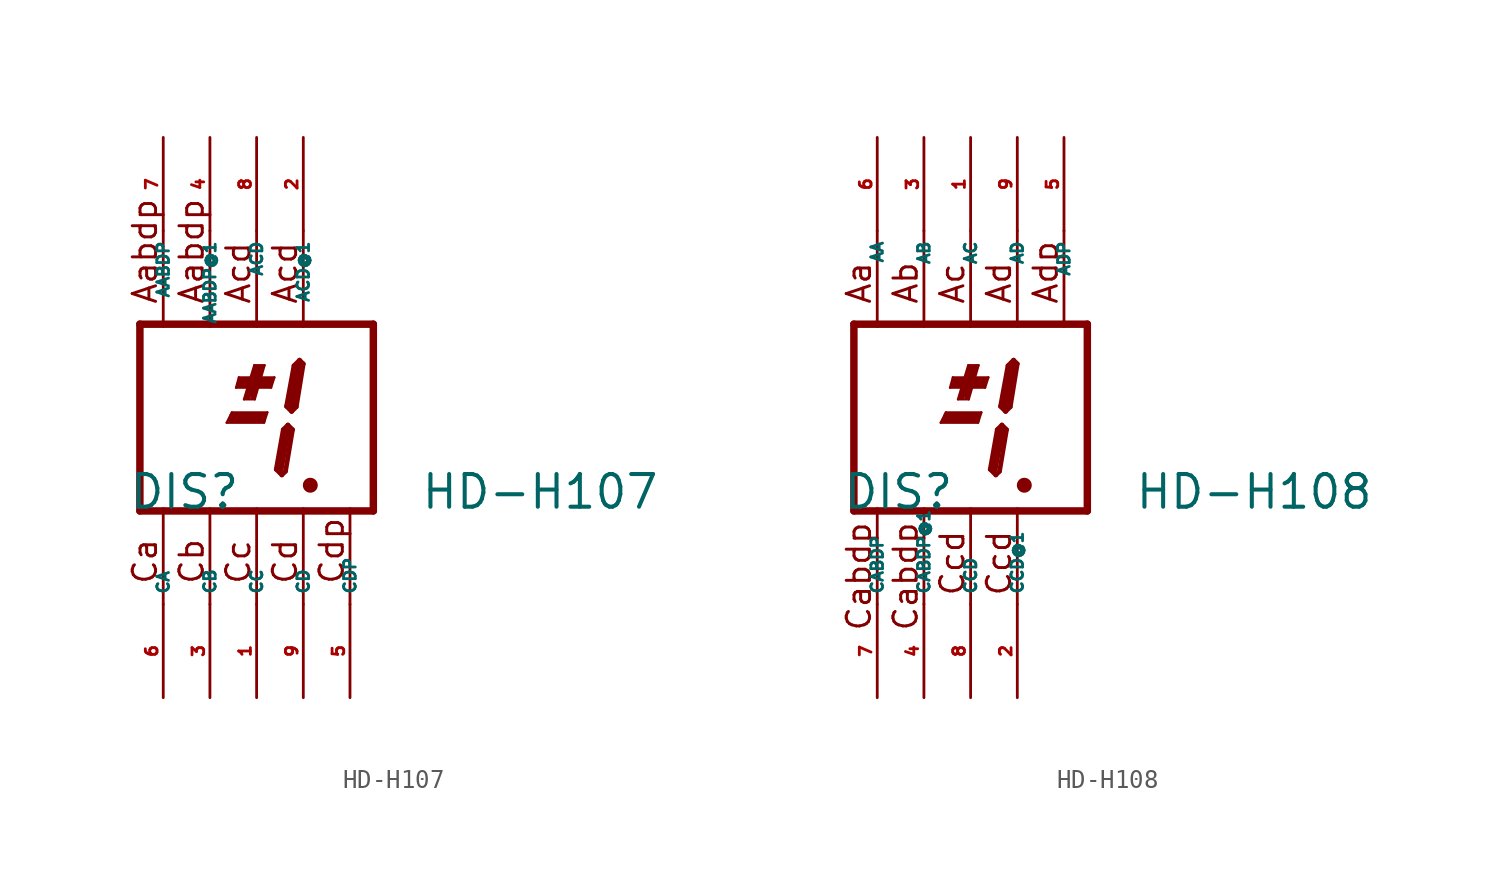
<source format=kicad_sym>
(kicad_symbol_lib
  (version 20220914)
  (generator Eagle2Kicad)
  (symbol "HD-H107"
    (property "Reference" "DIS"
      (at -6.985 -5.08 0)
      (effects (font (size 1.778 1.778) (thickness 0.22)) (justify left bottom)))
    (property "Value" "HD-H107"
      (at 8.89 -5.08 0)
      (effects (font (size 1.778 1.778) (thickness 0.22)) (justify left bottom)))
    (polyline
      (pts (xy 0.584 0.279) (xy 0.406 -0.279))
      (stroke (width 0.127) (type default))
      (fill (type none)))
    (polyline
      (pts (xy 0.584 0.279) (xy -1.346 0.279))
      (stroke (width 0.127) (type default))
      (fill (type none)))
    (polyline
      (pts (xy -1.346 0.279) (xy -1.626 -0.279))
      (stroke (width 0.127) (type default))
      (fill (type none)))
    (polyline
      (pts (xy -1.626 -0.279) (xy 0.406 -0.279))
      (stroke (width 0.127) (type default))
      (fill (type none)))
    (polyline
      (pts (xy 0.965 2.184) (xy 0.787 1.626))
      (stroke (width 0.127) (type default))
      (fill (type none)))
    (polyline
      (pts (xy 0.965 2.184) (xy -0.965 2.184))
      (stroke (width 0.127) (type default))
      (fill (type none)))
    (polyline
      (pts (xy -0.965 2.184) (xy -1.118 1.626))
      (stroke (width 0.127) (type default))
      (fill (type none)))
    (polyline
      (pts (xy -1.118 1.626) (xy 0.787 1.626))
      (stroke (width 0.127) (type default))
      (fill (type none)))
    (polyline
      (pts (xy -0.102 0.991) (xy -0.686 0.991))
      (stroke (width 0.127) (type default))
      (fill (type none)))
    (polyline
      (pts (xy -0.102 0.991) (xy 0.432 2.845))
      (stroke (width 0.127) (type default))
      (fill (type none)))
    (polyline
      (pts (xy 0.432 2.845) (xy -0.127 2.845))
      (stroke (width 0.127) (type default))
      (fill (type none)))
    (polyline
      (pts (xy -0.127 2.845) (xy -0.686 0.991))
      (stroke (width 0.127) (type default))
      (fill (type none)))
    (polyline
      (pts (xy -1.321 0.127) (xy 0.406 0.127))
      (stroke (width 0.305) (type default))
      (fill (type none)))
    (polyline
      (pts (xy -0.889 2.032) (xy 0.787 2.032))
      (stroke (width 0.305) (type default))
      (fill (type none)))
    (polyline
      (pts (xy -0.203 1.143) (xy 0.254 2.718))
      (stroke (width 0.305) (type default))
      (fill (type none)))
    (polyline
      (pts (xy 2.794 -3.683) (xy 3.048 -3.683))
      (stroke (width 0.305) (type default))
      (fill (type none)))
    (polyline
      (pts (xy 2.337 3.124) (xy 2.032 2.819))
      (stroke (width 0.254) (type default))
      (fill (type none)))
    (polyline
      (pts (xy 2.032 2.819) (xy 1.626 0.61))
      (stroke (width 0.254) (type default))
      (fill (type none)))
    (polyline
      (pts (xy 1.626 0.61) (xy 1.905 0.33))
      (stroke (width 0.254) (type default))
      (fill (type none)))
    (polyline
      (pts (xy 1.905 0.33) (xy 2.159 0.584))
      (stroke (width 0.254) (type default))
      (fill (type none)))
    (polyline
      (pts (xy 2.159 0.584) (xy 2.54 2.921))
      (stroke (width 0.254) (type default))
      (fill (type none)))
    (polyline
      (pts (xy 2.54 2.921) (xy 2.337 3.124))
      (stroke (width 0.254) (type default))
      (fill (type none)))
    (polyline
      (pts (xy 1.702 -0.406) (xy 1.448 -0.66))
      (stroke (width 0.254) (type default))
      (fill (type none)))
    (polyline
      (pts (xy 1.448 -0.66) (xy 1.067 -2.819))
      (stroke (width 0.254) (type default))
      (fill (type none)))
    (polyline
      (pts (xy 1.067 -2.819) (xy 1.372 -3.124))
      (stroke (width 0.254) (type default))
      (fill (type none)))
    (polyline
      (pts (xy 1.372 -3.124) (xy 1.575 -2.921))
      (stroke (width 0.254) (type default))
      (fill (type none)))
    (polyline
      (pts (xy 1.575 -2.921) (xy 1.956 -0.66))
      (stroke (width 0.254) (type default))
      (fill (type none)))
    (polyline
      (pts (xy 1.956 -0.66) (xy 1.702 -0.406))
      (stroke (width 0.254) (type default))
      (fill (type none)))
    (polyline
      (pts (xy 2.286 2.794) (xy 1.905 0.635))
      (stroke (width 0.406) (type default))
      (fill (type none)))
    (polyline
      (pts (xy 1.651 -0.762) (xy 1.27 -2.794))
      (stroke (width 0.406) (type default))
      (fill (type none)))
    (polyline
      (pts (xy -6.35 5.08) (xy 6.35 5.08))
      (stroke (width 0.406) (type default))
      (fill (type none)))
    (polyline
      (pts (xy 6.35 -5.08) (xy 6.35 5.08))
      (stroke (width 0.406) (type default))
      (fill (type none)))
    (polyline
      (pts (xy 6.35 -5.08) (xy -6.35 -5.08))
      (stroke (width 0.406) (type default))
      (fill (type none)))
    (polyline
      (pts (xy -6.35 5.08) (xy -6.35 -5.08))
      (stroke (width 0.406) (type default))
      (fill (type none)))
    (polyline
      (pts (xy 5.08 -4.953) (xy 5.08 -10.16))
      (stroke (width 0.152) (type default))
      (fill (type none)))
    (polyline
      (pts (xy 2.54 -4.953) (xy 2.54 -10.16))
      (stroke (width 0.152) (type default))
      (fill (type none)))
    (polyline
      (pts (xy -2.54 -4.953) (xy -2.54 -10.16))
      (stroke (width 0.152) (type default))
      (fill (type none)))
    (polyline
      (pts (xy -5.08 -4.953) (xy -5.08 -10.16))
      (stroke (width 0.152) (type default))
      (fill (type none)))
    (polyline
      (pts (xy 0 -4.953) (xy 0 -10.16))
      (stroke (width 0.152) (type default))
      (fill (type none)))
    (polyline
      (pts (xy -0.965 1.778) (xy 0.711 1.778))
      (stroke (width 0.305) (type default))
      (fill (type none)))
    (polyline
      (pts (xy -0.483 1.118) (xy 0 2.718))
      (stroke (width 0.305) (type default))
      (fill (type none)))
    (polyline
      (pts (xy -1.422 -0.127) (xy 0.356 -0.127))
      (stroke (width 0.305) (type default))
      (fill (type none)))
    (polyline
      (pts (xy 2.54 10.16) (xy 2.54 4.953))
      (stroke (width 0.152) (type default))
      (fill (type none)))
    (polyline
      (pts (xy 0 10.16) (xy 0 4.953))
      (stroke (width 0.152) (type default))
      (fill (type none)))
    (polyline
      (pts (xy -2.54 10.16) (xy -2.54 4.953))
      (stroke (width 0.152) (type default))
      (fill (type none)))
    (polyline
      (pts (xy -5.08 10.16) (xy -5.08 4.953))
      (stroke (width 0.152) (type default))
      (fill (type none)))
    (text "Ca"
      (at -5.334 -9.144 900)
      (effects (font (size 1.27 1.27) (thickness 0.16)) (justify left bottom)))
    (text "Cb"
      (at -2.794 -9.144 900)
      (effects (font (size 1.27 1.27) (thickness 0.16)) (justify left bottom)))
    (text "Cc"
      (at -0.254 -9.144 900)
      (effects (font (size 1.27 1.27) (thickness 0.16)) (justify left bottom)))
    (text "Cd"
      (at 2.286 -9.144 900)
      (effects (font (size 1.27 1.27) (thickness 0.16)) (justify left bottom)))
    (text "Cdp"
      (at 4.826 -9.144 900)
      (effects (font (size 1.27 1.27) (thickness 0.16)) (justify left bottom)))
    (text "Aabdp"
      (at -5.334 6.096 900)
      (effects (font (size 1.27 1.27) (thickness 0.16)) (justify left bottom)))
    (text "Acd"
      (at -0.254 6.096 900)
      (effects (font (size 1.27 1.27) (thickness 0.16)) (justify left bottom)))
    (text "Aabdp"
      (at -2.794 6.096 900)
      (effects (font (size 1.27 1.27) (thickness 0.16)) (justify left bottom)))
    (text "Acd"
      (at 2.286 6.096 900)
      (effects (font (size 1.27 1.27) (thickness 0.16)) (justify left bottom)))
    (circle
      (center 2.921 -3.683)
      (radius 0.254)
      (stroke (width 0.305) (type default))
      (fill (type none)))
    (pin passive line
      (at 2.54 -15.24 90)
      (length 5.08)
      (name "CD" (effects (font (size 0.635 0.635) (thickness 0.08)) (justify left bottom)))
      (number "9" (effects (font (size 0.635 0.635) (thickness 0.08)) (justify left bottom))))
    (pin passive line
      (at -2.54 -15.24 90)
      (length 5.08)
      (name "CB" (effects (font (size 0.635 0.635) (thickness 0.08)) (justify left bottom)))
      (number "3" (effects (font (size 0.635 0.635) (thickness 0.08)) (justify left bottom))))
    (pin passive line
      (at -5.08 -15.24 90)
      (length 5.08)
      (name "CA" (effects (font (size 0.635 0.635) (thickness 0.08)) (justify left bottom)))
      (number "6" (effects (font (size 0.635 0.635) (thickness 0.08)) (justify left bottom))))
    (pin passive line
      (at 0 -15.24 90)
      (length 5.08)
      (name "CC" (effects (font (size 0.635 0.635) (thickness 0.08)) (justify left bottom)))
      (number "1" (effects (font (size 0.635 0.635) (thickness 0.08)) (justify left bottom))))
    (pin passive line
      (at 5.08 -15.24 90)
      (length 5.08)
      (name "CDP" (effects (font (size 0.635 0.635) (thickness 0.08)) (justify left bottom)))
      (number "5" (effects (font (size 0.635 0.635) (thickness 0.08)) (justify left bottom))))
    (pin passive line
      (at 2.54 15.24 270)
      (length 5.08)
      (name "ACD@1" (effects (font (size 0.635 0.635) (thickness 0.08)) (justify left bottom)))
      (number "2" (effects (font (size 0.635 0.635) (thickness 0.08)) (justify left bottom))))
    (pin passive line
      (at 0 15.24 270)
      (length 5.08)
      (name "ACD" (effects (font (size 0.635 0.635) (thickness 0.08)) (justify left bottom)))
      (number "8" (effects (font (size 0.635 0.635) (thickness 0.08)) (justify left bottom))))
    (pin passive line
      (at -2.54 15.24 270)
      (length 5.08)
      (name "AABDP@1" (effects (font (size 0.635 0.635) (thickness 0.08)) (justify left bottom)))
      (number "4" (effects (font (size 0.635 0.635) (thickness 0.08)) (justify left bottom))))
    (pin passive line
      (at -5.08 15.24 270)
      (length 5.08)
      (name "AABDP" (effects (font (size 0.635 0.635) (thickness 0.08)) (justify left bottom)))
      (number "7" (effects (font (size 0.635 0.635) (thickness 0.08)) (justify left bottom)))))
  (symbol "HD-H108"
    (property "Reference" "DIS"
      (at -6.985 -5.08 0)
      (effects (font (size 1.778 1.778) (thickness 0.22)) (justify left bottom)))
    (property "Value" "HD-H108"
      (at 8.89 -5.08 0)
      (effects (font (size 1.778 1.778) (thickness 0.22)) (justify left bottom)))
    (polyline
      (pts (xy 0.584 0.279) (xy 0.406 -0.279))
      (stroke (width 0.127) (type default))
      (fill (type none)))
    (polyline
      (pts (xy 0.584 0.279) (xy -1.346 0.279))
      (stroke (width 0.127) (type default))
      (fill (type none)))
    (polyline
      (pts (xy -1.346 0.279) (xy -1.626 -0.279))
      (stroke (width 0.127) (type default))
      (fill (type none)))
    (polyline
      (pts (xy -1.626 -0.279) (xy 0.406 -0.279))
      (stroke (width 0.127) (type default))
      (fill (type none)))
    (polyline
      (pts (xy 0.965 2.184) (xy 0.787 1.626))
      (stroke (width 0.127) (type default))
      (fill (type none)))
    (polyline
      (pts (xy 0.965 2.184) (xy -0.965 2.184))
      (stroke (width 0.127) (type default))
      (fill (type none)))
    (polyline
      (pts (xy -0.965 2.184) (xy -1.118 1.626))
      (stroke (width 0.127) (type default))
      (fill (type none)))
    (polyline
      (pts (xy -1.118 1.626) (xy 0.787 1.626))
      (stroke (width 0.127) (type default))
      (fill (type none)))
    (polyline
      (pts (xy -0.102 0.991) (xy -0.686 0.991))
      (stroke (width 0.127) (type default))
      (fill (type none)))
    (polyline
      (pts (xy -0.102 0.991) (xy 0.432 2.845))
      (stroke (width 0.127) (type default))
      (fill (type none)))
    (polyline
      (pts (xy 0.432 2.845) (xy -0.127 2.845))
      (stroke (width 0.127) (type default))
      (fill (type none)))
    (polyline
      (pts (xy -0.127 2.845) (xy -0.686 0.991))
      (stroke (width 0.127) (type default))
      (fill (type none)))
    (polyline
      (pts (xy -1.321 0.127) (xy 0.406 0.127))
      (stroke (width 0.305) (type default))
      (fill (type none)))
    (polyline
      (pts (xy -0.889 2.032) (xy 0.787 2.032))
      (stroke (width 0.305) (type default))
      (fill (type none)))
    (polyline
      (pts (xy -0.203 1.143) (xy 0.254 2.718))
      (stroke (width 0.305) (type default))
      (fill (type none)))
    (polyline
      (pts (xy 2.794 -3.683) (xy 3.048 -3.683))
      (stroke (width 0.305) (type default))
      (fill (type none)))
    (polyline
      (pts (xy 2.337 3.124) (xy 2.032 2.819))
      (stroke (width 0.254) (type default))
      (fill (type none)))
    (polyline
      (pts (xy 2.032 2.819) (xy 1.626 0.61))
      (stroke (width 0.254) (type default))
      (fill (type none)))
    (polyline
      (pts (xy 1.626 0.61) (xy 1.905 0.33))
      (stroke (width 0.254) (type default))
      (fill (type none)))
    (polyline
      (pts (xy 1.905 0.33) (xy 2.159 0.584))
      (stroke (width 0.254) (type default))
      (fill (type none)))
    (polyline
      (pts (xy 2.159 0.584) (xy 2.54 2.921))
      (stroke (width 0.254) (type default))
      (fill (type none)))
    (polyline
      (pts (xy 2.54 2.921) (xy 2.337 3.124))
      (stroke (width 0.254) (type default))
      (fill (type none)))
    (polyline
      (pts (xy 1.702 -0.406) (xy 1.448 -0.66))
      (stroke (width 0.254) (type default))
      (fill (type none)))
    (polyline
      (pts (xy 1.448 -0.66) (xy 1.067 -2.819))
      (stroke (width 0.254) (type default))
      (fill (type none)))
    (polyline
      (pts (xy 1.067 -2.819) (xy 1.372 -3.124))
      (stroke (width 0.254) (type default))
      (fill (type none)))
    (polyline
      (pts (xy 1.372 -3.124) (xy 1.575 -2.921))
      (stroke (width 0.254) (type default))
      (fill (type none)))
    (polyline
      (pts (xy 1.575 -2.921) (xy 1.956 -0.66))
      (stroke (width 0.254) (type default))
      (fill (type none)))
    (polyline
      (pts (xy 1.956 -0.66) (xy 1.702 -0.406))
      (stroke (width 0.254) (type default))
      (fill (type none)))
    (polyline
      (pts (xy 2.286 2.794) (xy 1.905 0.635))
      (stroke (width 0.406) (type default))
      (fill (type none)))
    (polyline
      (pts (xy 1.651 -0.762) (xy 1.27 -2.794))
      (stroke (width 0.406) (type default))
      (fill (type none)))
    (polyline
      (pts (xy -6.35 5.08) (xy 6.35 5.08))
      (stroke (width 0.406) (type default))
      (fill (type none)))
    (polyline
      (pts (xy 6.35 -5.08) (xy 6.35 5.08))
      (stroke (width 0.406) (type default))
      (fill (type none)))
    (polyline
      (pts (xy 6.35 -5.08) (xy -6.35 -5.08))
      (stroke (width 0.406) (type default))
      (fill (type none)))
    (polyline
      (pts (xy -6.35 5.08) (xy -6.35 -5.08))
      (stroke (width 0.406) (type default))
      (fill (type none)))
    (polyline
      (pts (xy -2.54 -4.953) (xy -2.54 -10.16))
      (stroke (width 0.152) (type default))
      (fill (type none)))
    (polyline
      (pts (xy -5.08 -4.953) (xy -5.08 -10.16))
      (stroke (width 0.152) (type default))
      (fill (type none)))
    (polyline
      (pts (xy -2.54 10.16) (xy -2.54 4.953))
      (stroke (width 0.152) (type default))
      (fill (type none)))
    (polyline
      (pts (xy -5.08 10.16) (xy -5.08 4.953))
      (stroke (width 0.152) (type default))
      (fill (type none)))
    (polyline
      (pts (xy -0.965 1.778) (xy 0.711 1.778))
      (stroke (width 0.305) (type default))
      (fill (type none)))
    (polyline
      (pts (xy -0.483 1.118) (xy 0 2.718))
      (stroke (width 0.305) (type default))
      (fill (type none)))
    (polyline
      (pts (xy -1.422 -0.127) (xy 0.356 -0.127))
      (stroke (width 0.305) (type default))
      (fill (type none)))
    (polyline
      (pts (xy 0 10.16) (xy 0 4.953))
      (stroke (width 0.152) (type default))
      (fill (type none)))
    (polyline
      (pts (xy 2.54 10.16) (xy 2.54 4.953))
      (stroke (width 0.152) (type default))
      (fill (type none)))
    (polyline
      (pts (xy 0 -4.953) (xy 0 -10.16))
      (stroke (width 0.152) (type default))
      (fill (type none)))
    (polyline
      (pts (xy 2.54 -4.953) (xy 2.54 -10.16))
      (stroke (width 0.152) (type default))
      (fill (type none)))
    (polyline
      (pts (xy 5.08 10.16) (xy 5.08 4.953))
      (stroke (width 0.152) (type default))
      (fill (type none)))
    (text "Aa"
      (at -5.334 6.096 900)
      (effects (font (size 1.27 1.27) (thickness 0.16)) (justify left bottom)))
    (text "Ab"
      (at -2.794 6.096 900)
      (effects (font (size 1.27 1.27) (thickness 0.16)) (justify left bottom)))
    (text "Ac"
      (at -0.254 6.096 900)
      (effects (font (size 1.27 1.27) (thickness 0.16)) (justify left bottom)))
    (text "Ad"
      (at 2.286 6.096 900)
      (effects (font (size 1.27 1.27) (thickness 0.16)) (justify left bottom)))
    (text "Adp"
      (at 4.826 6.096 900)
      (effects (font (size 1.27 1.27) (thickness 0.16)) (justify left bottom)))
    (text "Cabdp"
      (at -5.334 -11.684 900)
      (effects (font (size 1.27 1.27) (thickness 0.16)) (justify left bottom)))
    (text "Cabdp"
      (at -2.794 -11.684 900)
      (effects (font (size 1.27 1.27) (thickness 0.16)) (justify left bottom)))
    (text "Ccd"
      (at -0.254 -9.779 900)
      (effects (font (size 1.27 1.27) (thickness 0.16)) (justify left bottom)))
    (text "Ccd"
      (at 2.286 -9.779 900)
      (effects (font (size 1.27 1.27) (thickness 0.16)) (justify left bottom)))
    (circle
      (center 2.921 -3.683)
      (radius 0.254)
      (stroke (width 0.305) (type default))
      (fill (type none)))
    (pin passive line
      (at -5.08 -15.24 90)
      (length 5.08)
      (name "CABDP" (effects (font (size 0.635 0.635) (thickness 0.08)) (justify left bottom)))
      (number "7" (effects (font (size 0.635 0.635) (thickness 0.08)) (justify left bottom))))
    (pin passive line
      (at -2.54 15.24 270)
      (length 5.08)
      (name "AB" (effects (font (size 0.635 0.635) (thickness 0.08)) (justify left bottom)))
      (number "3" (effects (font (size 0.635 0.635) (thickness 0.08)) (justify left bottom))))
    (pin passive line
      (at -2.54 -15.24 90)
      (length 5.08)
      (name "CABDP@1" (effects (font (size 0.635 0.635) (thickness 0.08)) (justify left bottom)))
      (number "4" (effects (font (size 0.635 0.635) (thickness 0.08)) (justify left bottom))))
    (pin passive line
      (at -5.08 15.24 270)
      (length 5.08)
      (name "AA" (effects (font (size 0.635 0.635) (thickness 0.08)) (justify left bottom)))
      (number "6" (effects (font (size 0.635 0.635) (thickness 0.08)) (justify left bottom))))
    (pin passive line
      (at 0 15.24 270)
      (length 5.08)
      (name "AC" (effects (font (size 0.635 0.635) (thickness 0.08)) (justify left bottom)))
      (number "1" (effects (font (size 0.635 0.635) (thickness 0.08)) (justify left bottom))))
    (pin passive line
      (at 2.54 15.24 270)
      (length 5.08)
      (name "AD" (effects (font (size 0.635 0.635) (thickness 0.08)) (justify left bottom)))
      (number "9" (effects (font (size 0.635 0.635) (thickness 0.08)) (justify left bottom))))
    (pin passive line
      (at 0 -15.24 90)
      (length 5.08)
      (name "CCD" (effects (font (size 0.635 0.635) (thickness 0.08)) (justify left bottom)))
      (number "8" (effects (font (size 0.635 0.635) (thickness 0.08)) (justify left bottom))))
    (pin passive line
      (at 2.54 -15.24 90)
      (length 5.08)
      (name "CCD@1" (effects (font (size 0.635 0.635) (thickness 0.08)) (justify left bottom)))
      (number "2" (effects (font (size 0.635 0.635) (thickness 0.08)) (justify left bottom))))
    (pin passive line
      (at 5.08 15.24 270)
      (length 5.08)
      (name "ADP" (effects (font (size 0.635 0.635) (thickness 0.08)) (justify left bottom)))
      (number "5" (effects (font (size 0.635 0.635) (thickness 0.08)) (justify left bottom))))))
</source>
